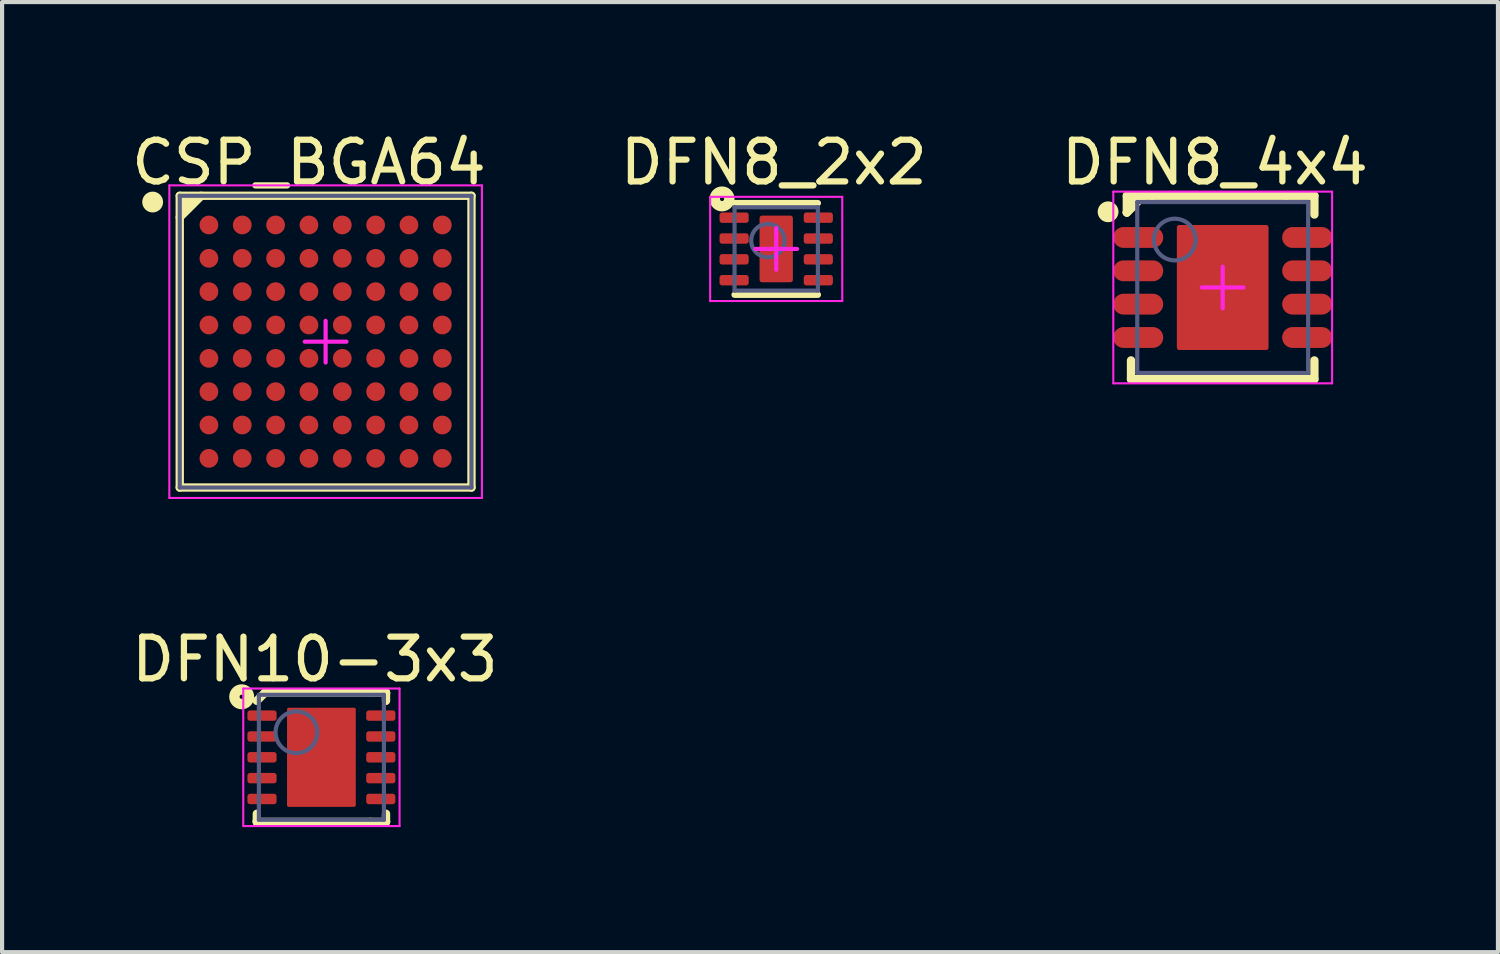
<source format=kicad_pcb>
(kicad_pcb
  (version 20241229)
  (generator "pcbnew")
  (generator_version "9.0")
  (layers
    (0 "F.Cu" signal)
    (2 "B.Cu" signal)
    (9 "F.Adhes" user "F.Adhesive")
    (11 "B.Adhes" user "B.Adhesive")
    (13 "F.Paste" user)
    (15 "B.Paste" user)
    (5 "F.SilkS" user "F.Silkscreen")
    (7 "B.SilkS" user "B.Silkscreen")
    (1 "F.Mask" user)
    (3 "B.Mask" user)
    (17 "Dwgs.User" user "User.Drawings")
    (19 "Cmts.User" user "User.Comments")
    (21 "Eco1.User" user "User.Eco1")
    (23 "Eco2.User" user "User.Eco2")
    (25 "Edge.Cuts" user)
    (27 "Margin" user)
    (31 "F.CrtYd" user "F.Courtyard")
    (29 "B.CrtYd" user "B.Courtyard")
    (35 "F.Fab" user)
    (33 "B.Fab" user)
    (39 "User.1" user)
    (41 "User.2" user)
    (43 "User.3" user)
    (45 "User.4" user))
  (footprint "DFN8_2x2"
    (layer "F.Cu")
    (at 15.575 2.923)
    (property "Reference" "DFN8_2x2" (at -0.058 -2.075 0) (layer "F.SilkS") (effects (font (size 1 1) (thickness 0.15))))
    (fp_line (start -1 -1.1) (end 1 -1.1) (stroke (width 0.15) (type solid)) (layer "F.SilkS"))
    (fp_line (start -1 1.1) (end 1 1.1) (stroke (width 0.15) (type solid)) (layer "F.SilkS"))
    (fp_circle (center -1.3 -1.2) (end -1.3 -1.25) (stroke (width 0.25) (type solid)) (fill no) (layer "F.SilkS"))
    (fp_line (start -1.585 -1.25) (end 1.585 -1.25) (stroke (width 0.05) (type solid)) (layer "F.CrtYd"))
    (fp_line (start -1.585 1.25) (end -1.585 -1.25) (stroke (width 0.05) (type solid)) (layer "F.CrtYd"))
    (fp_line (start -1.585 1.25) (end 1.585 1.25) (stroke (width 0.05) (type solid)) (layer "F.CrtYd"))
    (fp_line (start -0.5 0) (end 0.5 0) (stroke (width 0.1) (type solid)) (layer "F.CrtYd"))
    (fp_line (start 0 0.5) (end 0 -0.5) (stroke (width 0.1) (type solid)) (layer "F.CrtYd"))
    (fp_line (start 1.585 1.25) (end 1.585 -1.25) (stroke (width 0.05) (type solid)) (layer "F.CrtYd"))
    (fp_line (start -1 -1) (end 1 -1) (stroke (width 0.1) (type solid)) (layer "B.Fab"))
    (fp_line (start -1 1) (end -1 -1) (stroke (width 0.1) (type solid)) (layer "B.Fab"))
    (fp_line (start -1 1) (end 1 1) (stroke (width 0.1) (type solid)) (layer "B.Fab"))
    (fp_line (start 1 1) (end 1 -1) (stroke (width 0.1) (type solid)) (layer "B.Fab"))
    (fp_circle (center -0.2 -0.2) (end -0.2 -0.6) (stroke (width 0.1) (type solid)) (fill no) (layer "B.Fab"))
    (pad "1" smd roundrect (at -1.01 -0.75 90) (size 0.25 0.7) (layers "F.Cu" "F.Mask" "F.Paste") (roundrect_rratio 0.25))
    (pad "2" smd roundrect (at -1.01 -0.25 90) (size 0.25 0.7) (layers "F.Cu" "F.Mask" "F.Paste") (roundrect_rratio 0.25))
    (pad "3" smd roundrect (at -1.01 0.25 90) (size 0.25 0.7) (layers "F.Cu" "F.Mask" "F.Paste") (roundrect_rratio 0.25))
    (pad "4" smd roundrect (at -1.01 0.75 90) (size 0.25 0.7) (layers "F.Cu" "F.Mask" "F.Paste") (roundrect_rratio 0.25))
    (pad "5" smd roundrect (at 1.01 0.75 90) (size 0.25 0.7) (layers "F.Cu" "F.Mask" "F.Paste") (roundrect_rratio 0.25))
    (pad "6" smd roundrect (at 1.01 0.25 90) (size 0.25 0.7) (layers "F.Cu" "F.Mask" "F.Paste") (roundrect_rratio 0.25))
    (pad "7" smd roundrect (at 1.01 -0.25 90) (size 0.25 0.7) (layers "F.Cu" "F.Mask" "F.Paste") (roundrect_rratio 0.25))
    (pad "8" smd roundrect (at 1.01 -0.75 90) (size 0.25 0.7) (layers "F.Cu" "F.Mask" "F.Paste") (roundrect_rratio 0.25))
    (pad "9" smd roundrect (at 0 0 90) (size 1.6 0.8) (layers "F.Cu" "F.Mask" "F.Paste") (roundrect_rratio 0.075)))
  (footprint "DFN10-3x3"
    (layer "F.Cu")
    (at 4.662 15.121)
    (property "Reference" "DFN10-3x3" (at -0.156 -2.35 0) (layer "F.SilkS") (effects (font (size 1 1) (thickness 0.15))))
    (fp_line (start -1.55 -1.355) (end -1.355 -1.55) (stroke (width 0.2) (type solid)) (layer "F.SilkS"))
    (fp_line (start -1.55 1.55) (end -1.55 1.355) (stroke (width 0.2) (type solid)) (layer "F.SilkS"))
    (fp_line (start -1.55 1.55) (end -1.55 1.525) (stroke (width 0.2) (type solid)) (layer "F.SilkS"))
    (fp_line (start -1.55 1.55) (end 1.175 1.55) (stroke (width 0.2) (type solid)) (layer "F.SilkS"))
    (fp_line (start -1.355 -1.55) (end 1.363 -1.55) (stroke (width 0.2) (type solid)) (layer "F.SilkS"))
    (fp_line (start 1.175 -1.55) (end 1.55 -1.55) (stroke (width 0.2) (type solid)) (layer "F.SilkS"))
    (fp_line (start 1.175 1.55) (end 1.55 1.55) (stroke (width 0.2) (type solid)) (layer "F.SilkS"))
    (fp_line (start 1.55 -1.525) (end 1.55 -1.55) (stroke (width 0.2) (type solid)) (layer "F.SilkS"))
    (fp_line (start 1.55 -1.355) (end 1.55 -1.55) (stroke (width 0.2) (type solid)) (layer "F.SilkS"))
    (fp_line (start 1.55 1.55) (end 1.55 1.355) (stroke (width 0.2) (type solid)) (layer "F.SilkS"))
    (fp_line (start 1.55 1.55) (end 1.55 1.525) (stroke (width 0.2) (type solid)) (layer "F.SilkS"))
    (fp_circle (center -1.913 -1.452) (end -1.913 -1.502) (stroke (width 0.25) (type solid)) (fill no) (layer "F.SilkS"))
    (fp_line (start -1.875 -1.65) (end 1.875 -1.65) (stroke (width 0.05) (type solid)) (layer "F.CrtYd"))
    (fp_line (start -1.875 1.65) (end -1.875 -1.65) (stroke (width 0.05) (type solid)) (layer "F.CrtYd"))
    (fp_line (start -1.875 1.65) (end 1.875 1.65) (stroke (width 0.05) (type solid)) (layer "F.CrtYd"))
    (fp_line (start 1.875 1.65) (end 1.875 -1.65) (stroke (width 0.05) (type solid)) (layer "F.CrtYd"))
    (fp_line (start -1.5 -1.5) (end 1.5 -1.5) (stroke (width 0.1) (type solid)) (layer "B.Fab"))
    (fp_line (start -1.5 1.5) (end -1.5 -1.5) (stroke (width 0.1) (type solid)) (layer "B.Fab"))
    (fp_line (start -1.5 1.5) (end 1.5 1.5) (stroke (width 0.1) (type solid)) (layer "B.Fab"))
    (fp_line (start 1.5 1.5) (end 1.5 -1.5) (stroke (width 0.1) (type solid)) (layer "B.Fab"))
    (fp_circle (center -0.6 -0.6) (end -0.6 -1.1) (stroke (width 0.1) (type solid)) (fill no) (layer "B.Fab"))
    (pad "1" smd roundrect (at -1.425 -1 90) (size 0.25 0.7) (layers "F.Cu" "F.Mask" "F.Paste") (roundrect_rratio 0.25))
    (pad "2" smd roundrect (at -1.425 -0.5 90) (size 0.25 0.7) (layers "F.Cu" "F.Mask" "F.Paste") (roundrect_rratio 0.25))
    (pad "3" smd roundrect (at -1.425 0 90) (size 0.25 0.7) (layers "F.Cu" "F.Mask" "F.Paste") (roundrect_rratio 0.25))
    (pad "4" smd roundrect (at -1.425 0.5 90) (size 0.25 0.7) (layers "F.Cu" "F.Mask" "F.Paste") (roundrect_rratio 0.25))
    (pad "5" smd roundrect (at -1.425 1 90) (size 0.25 0.7) (layers "F.Cu" "F.Mask" "F.Paste") (roundrect_rratio 0.25))
    (pad "6" smd roundrect (at 1.425 1 90) (size 0.25 0.7) (layers "F.Cu" "F.Mask" "F.Paste") (roundrect_rratio 0.25))
    (pad "7" smd roundrect (at 1.425 0.5 90) (size 0.25 0.7) (layers "F.Cu" "F.Mask" "F.Paste") (roundrect_rratio 0.25))
    (pad "8" smd roundrect (at 1.425 0 90) (size 0.25 0.7) (layers "F.Cu" "F.Mask" "F.Paste") (roundrect_rratio 0.25))
    (pad "9" smd roundrect (at 1.425 -0.5 90) (size 0.25 0.7) (layers "F.Cu" "F.Mask" "F.Paste") (roundrect_rratio 0.25))
    (pad "10" smd roundrect (at 1.425 -1 90) (size 0.25 0.7) (layers "F.Cu" "F.Mask" "F.Paste") (roundrect_rratio 0.25))
    (pad "11" smd roundrect (at 0 0 90) (size 2.38 1.65) (layers "F.Cu" "F.Mask" "F.Paste") (roundrect_rratio 0.025)))
  (footprint "CSP_BGA64"
    (layer "F.Cu")
    (at 4.763 5.148)
    (property "Reference" "CSP_BGA64" (at -0.4 -4.3 0) (layer "F.SilkS") (effects (font (size 1 1) (thickness 0.15))))
    (fp_line (start -3.5 -3.5) (end 3.5 -3.5) (stroke (width 0.2) (type solid)) (layer "F.SilkS"))
    (fp_line (start -3.5 -2.984) (end -2.984 -3.5) (stroke (width 0.2) (type solid)) (layer "F.SilkS"))
    (fp_line (start -3.5 3.5) (end -3.5 -3.5) (stroke (width 0.2) (type solid)) (layer "F.SilkS"))
    (fp_line (start -3.5 3.5) (end 3.5 3.5) (stroke (width 0.2) (type solid)) (layer "F.SilkS"))
    (fp_line (start 3.5 3.5) (end 3.5 -3.5) (stroke (width 0.2) (type solid)) (layer "F.SilkS"))
    (fp_circle (center -4.15 -3.35) (end -4.15 -3.475) (stroke (width 0.25) (type solid)) (fill no) (layer "F.SilkS"))
    (fp_poly (pts (xy -2.984 -3.5) (xy -3.5 -2.984) (xy -3.5 -3.5)) (stroke (width 0) (type default)) (fill yes) (layer "F.SilkS"))
    (fp_line (start -3.75 -3.75) (end 3.75 -3.75) (stroke (width 0.05) (type solid)) (layer "F.CrtYd"))
    (fp_line (start -3.75 3.75) (end -3.75 -3.75) (stroke (width 0.05) (type solid)) (layer "F.CrtYd"))
    (fp_line (start -3.75 3.75) (end 3.75 3.75) (stroke (width 0.05) (type solid)) (layer "F.CrtYd"))
    (fp_line (start -0.5 0) (end 0.5 0) (stroke (width 0.1) (type solid)) (layer "F.CrtYd"))
    (fp_line (start 0 0.5) (end 0 -0.5) (stroke (width 0.1) (type solid)) (layer "F.CrtYd"))
    (fp_line (start 3.75 3.75) (end 3.75 -3.75) (stroke (width 0.05) (type solid)) (layer "F.CrtYd"))
    (fp_line (start -3.5 -3.5) (end 3.5 -3.5) (stroke (width 0.1) (type solid)) (layer "B.Fab"))
    (fp_line (start -3.5 3.5) (end -3.5 -3.5) (stroke (width 0.1) (type solid)) (layer "B.Fab"))
    (fp_line (start -3.5 3.5) (end 3.5 3.5) (stroke (width 0.1) (type solid)) (layer "B.Fab"))
    (fp_line (start 3.5 3.5) (end 3.5 -3.5) (stroke (width 0.1) (type solid)) (layer "B.Fab"))
    (pad "A1" smd circle (at -2.8 -2.8) (size 0.45 0.45) (layers "F.Cu" "F.Mask" "F.Paste"))
    (pad "A2" smd circle (at -2 -2.8) (size 0.45 0.45) (layers "F.Cu" "F.Mask" "F.Paste"))
    (pad "A3" smd circle (at -1.2 -2.8) (size 0.45 0.45) (layers "F.Cu" "F.Mask" "F.Paste"))
    (pad "A4" smd circle (at -0.4 -2.8) (size 0.45 0.45) (layers "F.Cu" "F.Mask" "F.Paste"))
    (pad "A5" smd circle (at 0.4 -2.8) (size 0.45 0.45) (layers "F.Cu" "F.Mask" "F.Paste"))
    (pad "A6" smd circle (at 1.2 -2.8) (size 0.45 0.45) (layers "F.Cu" "F.Mask" "F.Paste"))
    (pad "A7" smd circle (at 2 -2.8) (size 0.45 0.45) (layers "F.Cu" "F.Mask" "F.Paste"))
    (pad "A8" smd circle (at 2.8 -2.8) (size 0.45 0.45) (layers "F.Cu" "F.Mask" "F.Paste"))
    (pad "B1" smd circle (at -2.8 -2) (size 0.45 0.45) (layers "F.Cu" "F.Mask" "F.Paste"))
    (pad "B2" smd circle (at -2 -2) (size 0.45 0.45) (layers "F.Cu" "F.Mask" "F.Paste"))
    (pad "B3" smd circle (at -1.2 -2) (size 0.45 0.45) (layers "F.Cu" "F.Mask" "F.Paste"))
    (pad "B4" smd circle (at -0.4 -2) (size 0.45 0.45) (layers "F.Cu" "F.Mask" "F.Paste"))
    (pad "B5" smd circle (at 0.4 -2) (size 0.45 0.45) (layers "F.Cu" "F.Mask" "F.Paste"))
    (pad "B6" smd circle (at 1.2 -2) (size 0.45 0.45) (layers "F.Cu" "F.Mask" "F.Paste"))
    (pad "B7" smd circle (at 2 -2) (size 0.45 0.45) (layers "F.Cu" "F.Mask" "F.Paste"))
    (pad "B8" smd circle (at 2.8 -2) (size 0.45 0.45) (layers "F.Cu" "F.Mask" "F.Paste"))
    (pad "C1" smd circle (at -2.8 -1.2) (size 0.45 0.45) (layers "F.Cu" "F.Mask" "F.Paste"))
    (pad "C2" smd circle (at -2 -1.2) (size 0.45 0.45) (layers "F.Cu" "F.Mask" "F.Paste"))
    (pad "C3" smd circle (at -1.2 -1.2) (size 0.45 0.45) (layers "F.Cu" "F.Mask" "F.Paste"))
    (pad "C4" smd circle (at -0.4 -1.2) (size 0.45 0.45) (layers "F.Cu" "F.Mask" "F.Paste"))
    (pad "C5" smd circle (at 0.4 -1.2) (size 0.45 0.45) (layers "F.Cu" "F.Mask" "F.Paste"))
    (pad "C6" smd circle (at 1.2 -1.2) (size 0.45 0.45) (layers "F.Cu" "F.Mask" "F.Paste"))
    (pad "C7" smd circle (at 2 -1.2) (size 0.45 0.45) (layers "F.Cu" "F.Mask" "F.Paste"))
    (pad "C8" smd circle (at 2.8 -1.2) (size 0.45 0.45) (layers "F.Cu" "F.Mask" "F.Paste"))
    (pad "D1" smd circle (at -2.8 -0.4) (size 0.45 0.45) (layers "F.Cu" "F.Mask" "F.Paste"))
    (pad "D2" smd circle (at -2 -0.4) (size 0.45 0.45) (layers "F.Cu" "F.Mask" "F.Paste"))
    (pad "D3" smd circle (at -1.2 -0.4) (size 0.45 0.45) (layers "F.Cu" "F.Mask" "F.Paste"))
    (pad "D4" smd circle (at -0.4 -0.4) (size 0.45 0.45) (layers "F.Cu" "F.Mask" "F.Paste"))
    (pad "D5" smd circle (at 0.4 -0.4) (size 0.45 0.45) (layers "F.Cu" "F.Mask" "F.Paste"))
    (pad "D6" smd circle (at 1.2 -0.4) (size 0.45 0.45) (layers "F.Cu" "F.Mask" "F.Paste"))
    (pad "D7" smd circle (at 2 -0.4) (size 0.45 0.45) (layers "F.Cu" "F.Mask" "F.Paste"))
    (pad "D8" smd circle (at 2.8 -0.4) (size 0.45 0.45) (layers "F.Cu" "F.Mask" "F.Paste"))
    (pad "E1" smd circle (at -2.8 0.4) (size 0.45 0.45) (layers "F.Cu" "F.Mask" "F.Paste"))
    (pad "E2" smd circle (at -2 0.4) (size 0.45 0.45) (layers "F.Cu" "F.Mask" "F.Paste"))
    (pad "E3" smd circle (at -1.2 0.4) (size 0.45 0.45) (layers "F.Cu" "F.Mask" "F.Paste"))
    (pad "E4" smd circle (at -0.4 0.4) (size 0.45 0.45) (layers "F.Cu" "F.Mask" "F.Paste"))
    (pad "E5" smd circle (at 0.4 0.4) (size 0.45 0.45) (layers "F.Cu" "F.Mask" "F.Paste"))
    (pad "E6" smd circle (at 1.2 0.4) (size 0.45 0.45) (layers "F.Cu" "F.Mask" "F.Paste"))
    (pad "E7" smd circle (at 2 0.4) (size 0.45 0.45) (layers "F.Cu" "F.Mask" "F.Paste"))
    (pad "E8" smd circle (at 2.8 0.4) (size 0.45 0.45) (layers "F.Cu" "F.Mask" "F.Paste"))
    (pad "F1" smd circle (at -2.8 1.2) (size 0.45 0.45) (layers "F.Cu" "F.Mask" "F.Paste"))
    (pad "F2" smd circle (at -2 1.2) (size 0.45 0.45) (layers "F.Cu" "F.Mask" "F.Paste"))
    (pad "F3" smd circle (at -1.2 1.2) (size 0.45 0.45) (layers "F.Cu" "F.Mask" "F.Paste"))
    (pad "F4" smd circle (at -0.4 1.2) (size 0.45 0.45) (layers "F.Cu" "F.Mask" "F.Paste"))
    (pad "F5" smd circle (at 0.4 1.2) (size 0.45 0.45) (layers "F.Cu" "F.Mask" "F.Paste"))
    (pad "F6" smd circle (at 1.2 1.2) (size 0.45 0.45) (layers "F.Cu" "F.Mask" "F.Paste"))
    (pad "F7" smd circle (at 2 1.2) (size 0.45 0.45) (layers "F.Cu" "F.Mask" "F.Paste"))
    (pad "F8" smd circle (at 2.8 1.2) (size 0.45 0.45) (layers "F.Cu" "F.Mask" "F.Paste"))
    (pad "G1" smd circle (at -2.8 2) (size 0.45 0.45) (layers "F.Cu" "F.Mask" "F.Paste"))
    (pad "G2" smd circle (at -2 2) (size 0.45 0.45) (layers "F.Cu" "F.Mask" "F.Paste"))
    (pad "G3" smd circle (at -1.2 2) (size 0.45 0.45) (layers "F.Cu" "F.Mask" "F.Paste"))
    (pad "G4" smd circle (at -0.4 2) (size 0.45 0.45) (layers "F.Cu" "F.Mask" "F.Paste"))
    (pad "G5" smd circle (at 0.4 2) (size 0.45 0.45) (layers "F.Cu" "F.Mask" "F.Paste"))
    (pad "G6" smd circle (at 1.2 2) (size 0.45 0.45) (layers "F.Cu" "F.Mask" "F.Paste"))
    (pad "G7" smd circle (at 2 2) (size 0.45 0.45) (layers "F.Cu" "F.Mask" "F.Paste"))
    (pad "G8" smd circle (at 2.8 2) (size 0.45 0.45) (layers "F.Cu" "F.Mask" "F.Paste"))
    (pad "H1" smd circle (at -2.8 2.8) (size 0.45 0.45) (layers "F.Cu" "F.Mask" "F.Paste"))
    (pad "H2" smd circle (at -2 2.8) (size 0.45 0.45) (layers "F.Cu" "F.Mask" "F.Paste"))
    (pad "H3" smd circle (at -1.2 2.8) (size 0.45 0.45) (layers "F.Cu" "F.Mask" "F.Paste"))
    (pad "H4" smd circle (at -0.4 2.8) (size 0.45 0.45) (layers "F.Cu" "F.Mask" "F.Paste"))
    (pad "H5" smd circle (at 0.4 2.8) (size 0.45 0.45) (layers "F.Cu" "F.Mask" "F.Paste"))
    (pad "H6" smd circle (at 1.2 2.8) (size 0.45 0.45) (layers "F.Cu" "F.Mask" "F.Paste"))
    (pad "H7" smd circle (at 2 2.8) (size 0.45 0.45) (layers "F.Cu" "F.Mask" "F.Paste"))
    (pad "H8" smd circle (at 2.8 2.8) (size 0.45 0.45) (layers "F.Cu" "F.Mask" "F.Paste")))
  (footprint "DFN8_4x4"
    (layer "F.Cu")
    (at 26.288 3.848)
    (property "Reference" "DFN8_4x4" (at -0.187 -3 0) (layer "F.SilkS") (effects (font (size 1 1) (thickness 0.15))))
    (fp_line (start -2.3 -2.2) (end -1.9 -2.2) (stroke (width 0.2) (type solid)) (layer "F.SilkS"))
    (fp_line (start -2.3 -1.8) (end -2.3 -2.2) (stroke (width 0.2) (type solid)) (layer "F.SilkS"))
    (fp_line (start -2.3 -1.8) (end -2.3 -1.8) (stroke (width 0.2) (type solid)) (layer "F.SilkS"))
    (fp_line (start -2.3 -1.8) (end -2.127 -1.973) (stroke (width 0.2) (type solid)) (layer "F.SilkS"))
    (fp_line (start -2.3 -1.8) (end -1.9 -2.2) (stroke (width 0.2) (type solid)) (layer "F.SilkS"))
    (fp_line (start -2.2 2.2) (end -2.2 1.75) (stroke (width 0.2) (type solid)) (layer "F.SilkS"))
    (fp_line (start -2.2 2.2) (end -1.525 2.2) (stroke (width 0.2) (type solid)) (layer "F.SilkS"))
    (fp_line (start -1.9 -2.2) (end -1.7 -2.2) (stroke (width 0.2) (type solid)) (layer "F.SilkS"))
    (fp_line (start -1.7 -2.2) (end 1.525 -2.2) (stroke (width 0.2) (type solid)) (layer "F.SilkS"))
    (fp_line (start -1.525 2.2) (end 1.525 2.2) (stroke (width 0.2) (type solid)) (layer "F.SilkS"))
    (fp_line (start 1.525 -2.2) (end 2.2 -2.2) (stroke (width 0.2) (type solid)) (layer "F.SilkS"))
    (fp_line (start 1.525 2.2) (end 2.2 2.2) (stroke (width 0.2) (type solid)) (layer "F.SilkS"))
    (fp_line (start 2.2 -1.75) (end 2.2 -2.2) (stroke (width 0.2) (type solid)) (layer "F.SilkS"))
    (fp_line (start 2.2 2.2) (end 2.2 1.75) (stroke (width 0.2) (type solid)) (layer "F.SilkS"))
    (fp_circle (center -2.75 -1.816) (end -2.75 -1.941) (stroke (width 0.25) (type solid)) (fill no) (layer "F.SilkS"))
    (fp_poly (pts (xy -2.3 -2.2) (xy -1.9 -2.2) (xy -2.3 -1.8)) (stroke (width 0) (type default)) (fill yes) (layer "F.SilkS"))
    (fp_line (start -2.625 -2.3) (end 2.625 -2.3) (stroke (width 0.05) (type solid)) (layer "F.CrtYd"))
    (fp_line (start -2.625 2.3) (end -2.625 -2.3) (stroke (width 0.05) (type solid)) (layer "F.CrtYd"))
    (fp_line (start -2.625 2.3) (end 2.625 2.3) (stroke (width 0.05) (type solid)) (layer "F.CrtYd"))
    (fp_line (start -0.5 0) (end 0.5 0) (stroke (width 0.1) (type solid)) (layer "F.CrtYd"))
    (fp_line (start 0 0.5) (end 0 -0.5) (stroke (width 0.1) (type solid)) (layer "F.CrtYd"))
    (fp_line (start 2.625 2.3) (end 2.625 -2.3) (stroke (width 0.05) (type solid)) (layer "F.CrtYd"))
    (fp_line (start -2.05 -2.05) (end 2.05 -2.05) (stroke (width 0.1) (type solid)) (layer "B.Fab"))
    (fp_line (start -2.05 2.05) (end -2.05 -2.05) (stroke (width 0.1) (type solid)) (layer "B.Fab"))
    (fp_line (start -2.05 2.05) (end 2.05 2.05) (stroke (width 0.1) (type solid)) (layer "B.Fab"))
    (fp_line (start 2.05 2.05) (end 2.05 -2.05) (stroke (width 0.1) (type solid)) (layer "B.Fab"))
    (fp_circle (center -1.15 -1.15) (end -1.15 -1.65) (stroke (width 0.1) (type solid)) (fill no) (layer "B.Fab"))
    (pad "1" smd oval (at -2.027 -1.2 90) (size 0.5 1.2) (layers "F.Cu" "F.Mask" "F.Paste"))
    (pad "2" smd oval (at -2.027 -0.4 90) (size 0.5 1.2) (layers "F.Cu" "F.Mask" "F.Paste"))
    (pad "3" smd oval (at -2.027 0.4 90) (size 0.5 1.2) (layers "F.Cu" "F.Mask" "F.Paste"))
    (pad "4" smd oval (at -2.027 1.2 90) (size 0.5 1.2) (layers "F.Cu" "F.Mask" "F.Paste"))
    (pad "5" smd oval (at 2.027 1.2 90) (size 0.5 1.2) (layers "F.Cu" "F.Mask" "F.Paste"))
    (pad "6" smd oval (at 2.027 0.4 90) (size 0.5 1.2) (layers "F.Cu" "F.Mask" "F.Paste"))
    (pad "7" smd oval (at 2.027 -0.4 90) (size 0.5 1.2) (layers "F.Cu" "F.Mask" "F.Paste"))
    (pad "8" smd oval (at 2.027 -1.2 90) (size 0.5 1.2) (layers "F.Cu" "F.Mask" "F.Paste"))
    (pad "9" smd roundrect (at 0 0) (size 2.2 3) (layers "F.Cu" "F.Mask" "F.Paste") (roundrect_rratio 0.025)))
  (gr_rect
    (start -3 -3)
    (end 32.893 19.797)
    (stroke (width 0.1) (type default))
    (fill no)
    (layer "Edge.Cuts")))
</source>
